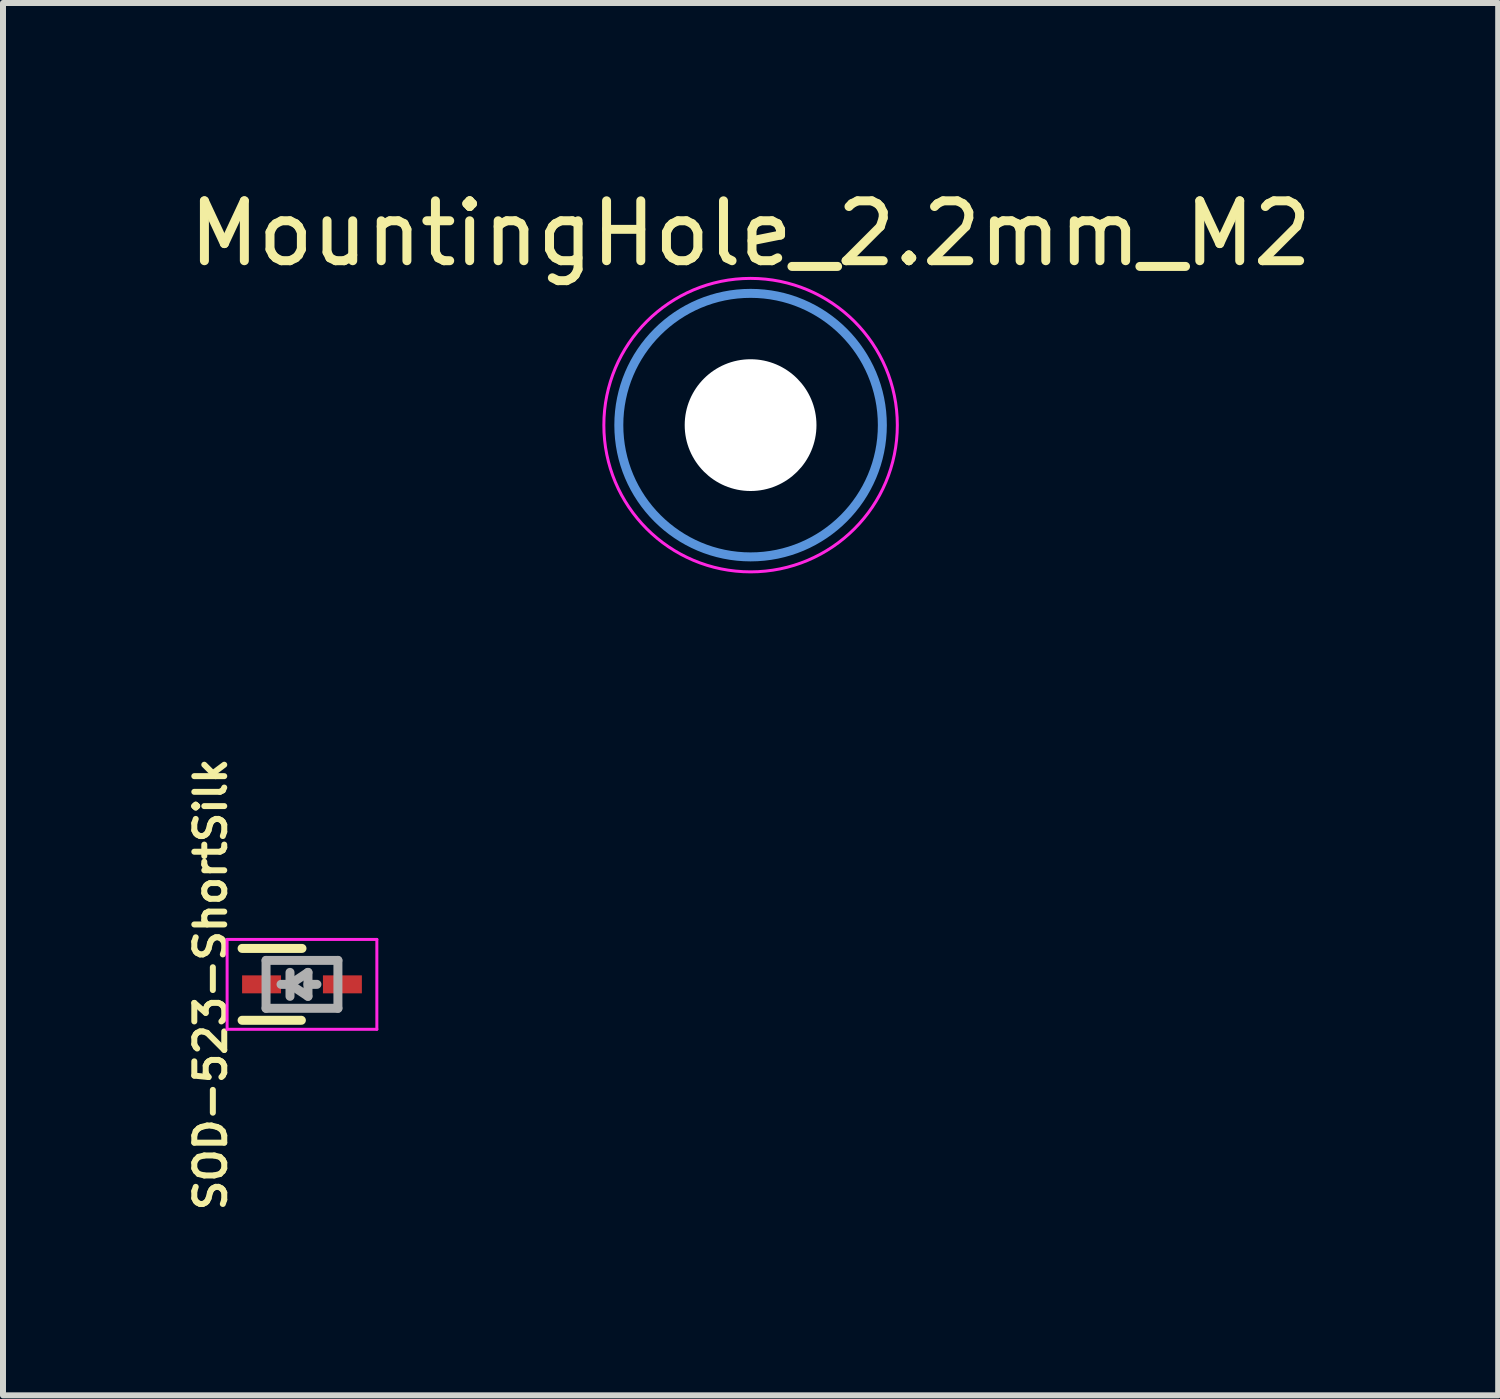
<source format=kicad_pcb>
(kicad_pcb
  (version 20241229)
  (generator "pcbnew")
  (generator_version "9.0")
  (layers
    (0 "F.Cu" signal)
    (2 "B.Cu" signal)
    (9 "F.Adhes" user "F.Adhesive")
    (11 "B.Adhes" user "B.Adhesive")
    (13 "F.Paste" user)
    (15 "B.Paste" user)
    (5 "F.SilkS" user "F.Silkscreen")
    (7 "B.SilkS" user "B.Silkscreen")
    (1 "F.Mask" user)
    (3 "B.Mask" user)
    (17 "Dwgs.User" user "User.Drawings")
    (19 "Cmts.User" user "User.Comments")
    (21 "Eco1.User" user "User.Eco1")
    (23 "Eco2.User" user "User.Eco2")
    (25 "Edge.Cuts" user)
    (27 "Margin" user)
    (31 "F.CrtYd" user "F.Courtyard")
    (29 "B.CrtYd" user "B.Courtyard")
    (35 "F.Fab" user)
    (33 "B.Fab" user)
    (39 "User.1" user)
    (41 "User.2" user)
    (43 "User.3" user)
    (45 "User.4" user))
  (footprint "MountingHole_2.2mm_M2"
    (layer "F.Cu")
    (at 9.482 4.048)
    (property "Reference" "MountingHole_2.2mm_M2" (at 0 -3.2 0) (layer "F.SilkS") (effects (font (size 1 1) (thickness 0.15))))
    (attr through_hole)
    (fp_circle (center 0 0) (end 2.2 0) (stroke (width 0.15) (type solid)) (fill no) (layer "Cmts.User"))
    (fp_circle (center 0 0) (end 2.45 0) (stroke (width 0.05) (type solid)) (fill no) (layer "F.CrtYd"))
    (pad "" np_thru_hole circle (at 0 0) (size 2.2 2.2) (drill 2.2) (layers "*.Cu" "*.Mask")))
  (footprint "SOD-523-ShortSilk"
    (layer "F.Cu")
    (at 1.992 13.385)
    (property "Reference" "SOD-523-ShortSilk" (at -1.524 0 90) (layer "F.SilkS") (effects (font (size 0.5 0.5) (thickness 0.1))))
    (attr smd)
    (fp_line (start -0.01 0.6) (end -1 0.6) (stroke (width 0.15) (type solid)) (layer "F.SilkS"))
    (fp_line (start 0.000199 -0.6) (end -1 -0.6) (stroke (width 0.15) (type solid)) (layer "F.SilkS"))
    (fp_line (start -1.25 -0.75) (end 1.25 -0.75) (stroke (width 0.05) (type solid)) (layer "F.CrtYd"))
    (fp_line (start -1.25 0.75) (end -1.25 -0.75) (stroke (width 0.05) (type solid)) (layer "F.CrtYd"))
    (fp_line (start 1.25 -0.75) (end 1.25 0.75) (stroke (width 0.05) (type solid)) (layer "F.CrtYd"))
    (fp_line (start 1.25 0.75) (end -1.25 0.75) (stroke (width 0.05) (type solid)) (layer "F.CrtYd"))
    (fp_line (start -0.6 -0.4) (end 0.6 -0.4) (stroke (width 0.15) (type solid)) (layer "F.Fab"))
    (fp_line (start -0.6 0.4) (end -0.6 -0.4) (stroke (width 0.15) (type solid)) (layer "F.Fab"))
    (fp_line (start -0.2 0) (end -0.35 0) (stroke (width 0.15) (type solid)) (layer "F.Fab"))
    (fp_line (start -0.2 0) (end 0.1 0.2) (stroke (width 0.15) (type solid)) (layer "F.Fab"))
    (fp_line (start -0.2 0.2) (end -0.2 -0.2) (stroke (width 0.15) (type solid)) (layer "F.Fab"))
    (fp_line (start 0.1 -0.2) (end -0.2 0) (stroke (width 0.15) (type solid)) (layer "F.Fab"))
    (fp_line (start 0.1 0) (end 0.25 0) (stroke (width 0.15) (type solid)) (layer "F.Fab"))
    (fp_line (start 0.1 0.2) (end 0.1 -0.2) (stroke (width 0.15) (type solid)) (layer "F.Fab"))
    (fp_line (start 0.6 -0.4) (end 0.6 0.4) (stroke (width 0.15) (type solid)) (layer "F.Fab"))
    (fp_line (start 0.6 0.4) (end -0.6 0.4) (stroke (width 0.15) (type solid)) (layer "F.Fab"))
    (pad "1" smd rect (at -0.675 0 180) (size 0.65 0.3) (layers "F.Cu" "F.Mask" "F.Paste"))
    (pad "2" smd rect (at 0.675 0 180) (size 0.65 0.3) (layers "F.Cu" "F.Mask" "F.Paste")))
  (gr_rect
    (start -3 -3)
    (end 21.964 20.247)
    (stroke (width 0.1) (type default))
    (fill no)
    (layer "Edge.Cuts")))
</source>
